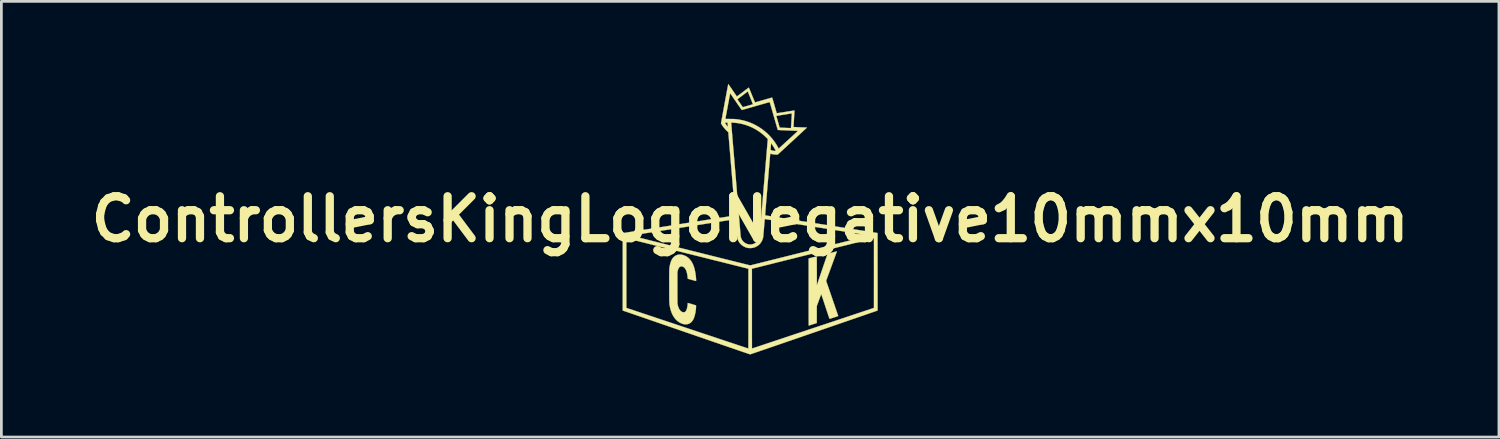
<source format=kicad_pcb>
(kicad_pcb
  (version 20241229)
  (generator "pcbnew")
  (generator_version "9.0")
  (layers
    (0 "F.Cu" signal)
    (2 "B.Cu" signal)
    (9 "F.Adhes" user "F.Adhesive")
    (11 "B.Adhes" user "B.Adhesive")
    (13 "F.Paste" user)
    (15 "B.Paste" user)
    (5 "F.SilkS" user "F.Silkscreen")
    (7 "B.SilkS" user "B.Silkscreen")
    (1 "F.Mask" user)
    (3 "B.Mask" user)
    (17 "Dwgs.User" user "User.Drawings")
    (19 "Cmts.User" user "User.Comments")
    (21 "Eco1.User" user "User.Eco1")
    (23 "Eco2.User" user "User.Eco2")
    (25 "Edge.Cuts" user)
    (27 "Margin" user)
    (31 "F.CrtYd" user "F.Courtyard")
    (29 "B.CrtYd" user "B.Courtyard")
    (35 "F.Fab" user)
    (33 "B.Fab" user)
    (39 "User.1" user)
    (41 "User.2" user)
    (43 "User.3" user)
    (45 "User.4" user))
  (footprint "ControllersKingLogoNegative10mmx10mm"
    (layer "F.Cu")
    (at 24.21 4.916)
    (property "Reference" "ControllersKingLogoNegative10mmx10mm" (at 0 0 0) (layer "F.SilkS") (effects (font (size 1.524 1.524) (thickness 0.3))))
    (attr through_hole)
    (fp_poly (pts (xy 3.148 1.17) (xy 3.15 1.173) (xy 3.148 1.177) (xy 3.144 1.189) (xy 3.137 1.208) (xy 3.128 1.234) (xy 3.117 1.265) (xy 3.103 1.303) (xy 3.088 1.345) (xy 3.07 1.392) (xy 3.052 1.443) (xy 3.032 1.498) (xy 3.01 1.557) (xy 2.988 1.618) (xy 2.964 1.681) (xy 2.955 1.708) (xy 2.76 2.238) (xy 2.98 2.876) (xy 3.004 2.947) (xy 3.028 3.016) (xy 3.051 3.082) (xy 3.073 3.145) (xy 3.093 3.205) (xy 3.112 3.26) (xy 3.13 3.312) (xy 3.146 3.359) (xy 3.16 3.4) (xy 3.173 3.436) (xy 3.183 3.466) (xy 3.191 3.49) (xy 3.197 3.506) (xy 3.2 3.516) (xy 3.2 3.518) (xy 3.197 3.519) (xy 3.186 3.523) (xy 3.169 3.529) (xy 3.147 3.537) (xy 3.121 3.545) (xy 3.093 3.555) (xy 3.063 3.564) (xy 3.032 3.574) (xy 3.002 3.584) (xy 2.973 3.593) (xy 2.946 3.602) (xy 2.923 3.609) (xy 2.905 3.614) (xy 2.892 3.618) (xy 2.886 3.619) (xy 2.886 3.619) (xy 2.884 3.616) (xy 2.879 3.604) (xy 2.872 3.584) (xy 2.862 3.556) (xy 2.849 3.52) (xy 2.834 3.476) (xy 2.817 3.424) (xy 2.797 3.364) (xy 2.774 3.296) (xy 2.749 3.22) (xy 2.733 3.169) (xy 2.713 3.11) (xy 2.694 3.053) (xy 2.676 2.998) (xy 2.659 2.948) (xy 2.644 2.901) (xy 2.629 2.858) (xy 2.617 2.821) (xy 2.605 2.788) (xy 2.596 2.762) (xy 2.589 2.742) (xy 2.584 2.729) (xy 2.582 2.724) (xy 2.582 2.723) (xy 2.58 2.728) (xy 2.575 2.74) (xy 2.568 2.759) (xy 2.559 2.783) (xy 2.549 2.812) (xy 2.536 2.845) (xy 2.523 2.882) (xy 2.508 2.922) (xy 2.5 2.943) (xy 2.421 3.157) (xy 2.421 3.771) (xy 2.395 3.78) (xy 2.337 3.799) (xy 2.285 3.815) (xy 2.241 3.829) (xy 2.204 3.841) (xy 2.173 3.851) (xy 2.151 3.858) (xy 2.136 3.863) (xy 2.129 3.865) (xy 2.128 3.865) (xy 2.128 3.861) (xy 2.127 3.849) (xy 2.127 3.828) (xy 2.127 3.801) (xy 2.127 3.766) (xy 2.127 3.725) (xy 2.126 3.677) (xy 2.126 3.623) (xy 2.126 3.563) (xy 2.126 3.497) (xy 2.126 3.427) (xy 2.126 3.352) (xy 2.126 3.272) (xy 2.125 3.188) (xy 2.125 3.1) (xy 2.125 3.009) (xy 2.125 2.915) (xy 2.125 2.818) (xy 2.125 2.719) (xy 2.125 2.646) (xy 2.125 1.427) (xy 2.147 1.421) (xy 2.16 1.417) (xy 2.179 1.412) (xy 2.202 1.406) (xy 2.228 1.4) (xy 2.257 1.393) (xy 2.286 1.385) (xy 2.315 1.378) (xy 2.342 1.371) (xy 2.367 1.365) (xy 2.388 1.361) (xy 2.404 1.357) (xy 2.413 1.355) (xy 2.415 1.355) (xy 2.416 1.355) (xy 2.417 1.358) (xy 2.418 1.362) (xy 2.418 1.369) (xy 2.419 1.379) (xy 2.419 1.392) (xy 2.42 1.409) (xy 2.42 1.43) (xy 2.421 1.455) (xy 2.421 1.486) (xy 2.421 1.523) (xy 2.422 1.565) (xy 2.422 1.613) (xy 2.422 1.668) (xy 2.422 1.731) (xy 2.422 1.801) (xy 2.423 1.877) (xy 2.424 2.399) (xy 2.618 1.829) (xy 2.641 1.762) (xy 2.663 1.697) (xy 2.684 1.635) (xy 2.704 1.576) (xy 2.723 1.521) (xy 2.741 1.469) (xy 2.757 1.422) (xy 2.772 1.38) (xy 2.784 1.343) (xy 2.795 1.313) (xy 2.804 1.288) (xy 2.81 1.27) (xy 2.814 1.259) (xy 2.815 1.256) (xy 2.82 1.254) (xy 2.832 1.251) (xy 2.85 1.246) (xy 2.874 1.239) (xy 2.902 1.232) (xy 2.934 1.223) (xy 2.969 1.214) (xy 2.976 1.213) (xy 3.012 1.203) (xy 3.045 1.195) (xy 3.075 1.187) (xy 3.1 1.181) (xy 3.121 1.176) (xy 3.135 1.172) (xy 3.142 1.17) (xy 3.142 1.17) (xy 3.148 1.17)) (stroke (width 0.01) (type solid)) (fill yes) (layer "F.SilkS"))
    (fp_poly (pts (xy -2.516 1.286) (xy -2.495 1.288) (xy -2.43 1.304) (xy -2.369 1.327) (xy -2.312 1.357) (xy -2.259 1.394) (xy -2.211 1.439) (xy -2.166 1.491) (xy -2.126 1.55) (xy -2.1 1.596) (xy -2.075 1.648) (xy -2.053 1.703) (xy -2.034 1.763) (xy -2.016 1.828) (xy -2 1.901) (xy -1.999 1.911) (xy -1.992 1.948) (xy -1.985 1.989) (xy -1.98 2.031) (xy -1.975 2.072) (xy -1.97 2.113) (xy -1.967 2.15) (xy -1.965 2.183) (xy -1.965 2.211) (xy -1.965 2.227) (xy -1.966 2.246) (xy -2.116 2.205) (xy -2.15 2.196) (xy -2.182 2.187) (xy -2.209 2.179) (xy -2.233 2.173) (xy -2.251 2.167) (xy -2.262 2.164) (xy -2.267 2.163) (xy -2.267 2.162) (xy -2.267 2.158) (xy -2.269 2.147) (xy -2.27 2.13) (xy -2.272 2.11) (xy -2.273 2.104) (xy -2.277 2.067) (xy -2.283 2.027) (xy -2.29 1.987) (xy -2.298 1.949) (xy -2.307 1.915) (xy -2.315 1.888) (xy -2.316 1.887) (xy -2.329 1.855) (xy -2.346 1.822) (xy -2.364 1.793) (xy -2.382 1.77) (xy -2.405 1.749) (xy -2.431 1.732) (xy -2.458 1.72) (xy -2.486 1.714) (xy -2.511 1.714) (xy -2.517 1.715) (xy -2.544 1.724) (xy -2.568 1.74) (xy -2.588 1.763) (xy -2.606 1.793) (xy -2.621 1.831) (xy -2.632 1.872) (xy -2.644 1.92) (xy -2.644 2.485) (xy -2.644 2.569) (xy -2.644 2.645) (xy -2.644 2.714) (xy -2.643 2.775) (xy -2.643 2.829) (xy -2.643 2.877) (xy -2.643 2.919) (xy -2.642 2.955) (xy -2.642 2.985) (xy -2.642 3.011) (xy -2.641 3.032) (xy -2.641 3.05) (xy -2.64 3.063) (xy -2.639 3.073) (xy -2.638 3.08) (xy -2.638 3.082) (xy -2.624 3.146) (xy -2.607 3.203) (xy -2.585 3.252) (xy -2.56 3.294) (xy -2.532 3.328) (xy -2.499 3.354) (xy -2.464 3.373) (xy -2.461 3.374) (xy -2.43 3.382) (xy -2.403 3.382) (xy -2.377 3.374) (xy -2.354 3.358) (xy -2.333 3.334) (xy -2.318 3.307) (xy -2.31 3.289) (xy -2.302 3.264) (xy -2.294 3.234) (xy -2.286 3.201) (xy -2.28 3.166) (xy -2.275 3.133) (xy -2.271 3.101) (xy -2.269 3.074) (xy -2.269 3.067) (xy -2.268 3.052) (xy -2.266 3.045) (xy -2.263 3.044) (xy -2.258 3.045) (xy -2.246 3.048) (xy -2.227 3.054) (xy -2.203 3.061) (xy -2.175 3.069) (xy -2.144 3.078) (xy -2.112 3.088) (xy -1.966 3.132) (xy -1.967 3.188) (xy -1.971 3.257) (xy -1.979 3.33) (xy -1.992 3.404) (xy -2.009 3.479) (xy -2.019 3.516) (xy -2.036 3.57) (xy -2.055 3.617) (xy -2.076 3.658) (xy -2.1 3.694) (xy -2.127 3.726) (xy -2.136 3.736) (xy -2.169 3.765) (xy -2.203 3.787) (xy -2.241 3.803) (xy -2.263 3.81) (xy -2.292 3.815) (xy -2.325 3.818) (xy -2.36 3.818) (xy -2.394 3.816) (xy -2.423 3.811) (xy -2.428 3.81) (xy -2.494 3.788) (xy -2.556 3.759) (xy -2.614 3.722) (xy -2.668 3.678) (xy -2.717 3.627) (xy -2.757 3.576) (xy -2.796 3.517) (xy -2.829 3.455) (xy -2.858 3.389) (xy -2.882 3.318) (xy -2.903 3.241) (xy -2.912 3.197) (xy -2.916 3.179) (xy -2.919 3.162) (xy -2.922 3.147) (xy -2.925 3.132) (xy -2.927 3.118) (xy -2.93 3.104) (xy -2.931 3.088) (xy -2.933 3.072) (xy -2.934 3.054) (xy -2.936 3.034) (xy -2.937 3.011) (xy -2.938 2.985) (xy -2.938 2.956) (xy -2.939 2.922) (xy -2.939 2.884) (xy -2.94 2.841) (xy -2.94 2.792) (xy -2.94 2.737) (xy -2.94 2.676) (xy -2.941 2.608) (xy -2.941 2.532) (xy -2.941 2.448) (xy -2.941 2.445) (xy -2.941 2.359) (xy -2.941 2.28) (xy -2.942 2.209) (xy -2.942 2.145) (xy -2.942 2.088) (xy -2.941 2.037) (xy -2.941 1.991) (xy -2.941 1.951) (xy -2.94 1.915) (xy -2.94 1.884) (xy -2.939 1.856) (xy -2.938 1.832) (xy -2.937 1.811) (xy -2.936 1.792) (xy -2.934 1.775) (xy -2.932 1.759) (xy -2.93 1.744) (xy -2.928 1.73) (xy -2.926 1.716) (xy -2.923 1.702) (xy -2.92 1.686) (xy -2.919 1.684) (xy -2.904 1.619) (xy -2.887 1.561) (xy -2.868 1.51) (xy -2.846 1.465) (xy -2.821 1.426) (xy -2.792 1.39) (xy -2.758 1.359) (xy -2.738 1.342) (xy -2.7 1.319) (xy -2.657 1.301) (xy -2.611 1.289) (xy -2.564 1.284) (xy -2.516 1.286)) (stroke (width 0.01) (type solid)) (fill yes) (layer "F.SilkS"))
    (fp_poly (pts (xy -0.793 -4.907) (xy -0.785 -4.897) (xy -0.774 -4.882) (xy -0.76 -4.861) (xy -0.742 -4.835) (xy -0.721 -4.806) (xy -0.699 -4.773) (xy -0.674 -4.737) (xy -0.648 -4.699) (xy -0.641 -4.689) (xy -0.615 -4.651) (xy -0.59 -4.614) (xy -0.566 -4.58) (xy -0.545 -4.549) (xy -0.526 -4.522) (xy -0.51 -4.499) (xy -0.498 -4.481) (xy -0.49 -4.469) (xy -0.486 -4.464) (xy -0.485 -4.463) (xy -0.483 -4.463) (xy -0.477 -4.466) (xy -0.467 -4.472) (xy -0.453 -4.482) (xy -0.435 -4.495) (xy -0.412 -4.512) (xy -0.383 -4.533) (xy -0.349 -4.558) (xy -0.309 -4.588) (xy -0.267 -4.621) (xy -0.229 -4.649) (xy -0.194 -4.676) (xy -0.161 -4.701) (xy -0.131 -4.723) (xy -0.105 -4.742) (xy -0.083 -4.758) (xy -0.066 -4.771) (xy -0.055 -4.779) (xy -0.049 -4.782) (xy -0.049 -4.782) (xy -0.047 -4.778) (xy -0.042 -4.767) (xy -0.034 -4.749) (xy -0.024 -4.725) (xy -0.012 -4.696) (xy 0.002 -4.663) (xy 0.018 -4.625) (xy 0.035 -4.584) (xy 0.053 -4.54) (xy 0.064 -4.512) (xy 0.089 -4.452) (xy 0.11 -4.4) (xy 0.129 -4.355) (xy 0.144 -4.318) (xy 0.157 -4.289) (xy 0.167 -4.267) (xy 0.174 -4.253) (xy 0.178 -4.246) (xy 0.179 -4.245) (xy 0.184 -4.246) (xy 0.196 -4.25) (xy 0.215 -4.255) (xy 0.241 -4.262) (xy 0.272 -4.271) (xy 0.308 -4.281) (xy 0.348 -4.293) (xy 0.391 -4.305) (xy 0.438 -4.319) (xy 0.487 -4.333) (xy 0.488 -4.333) (xy 0.537 -4.347) (xy 0.584 -4.36) (xy 0.627 -4.373) (xy 0.668 -4.384) (xy 0.704 -4.394) (xy 0.735 -4.403) (xy 0.76 -4.41) (xy 0.779 -4.415) (xy 0.792 -4.418) (xy 0.797 -4.42) (xy 0.797 -4.42) (xy 0.799 -4.416) (xy 0.804 -4.405) (xy 0.81 -4.386) (xy 0.818 -4.36) (xy 0.828 -4.326) (xy 0.841 -4.284) (xy 0.855 -4.234) (xy 0.872 -4.177) (xy 0.883 -4.138) (xy 0.896 -4.091) (xy 0.909 -4.046) (xy 0.921 -4.004) (xy 0.932 -3.966) (xy 0.942 -3.932) (xy 0.95 -3.904) (xy 0.957 -3.881) (xy 0.962 -3.864) (xy 0.965 -3.854) (xy 0.965 -3.852) (xy 0.97 -3.852) (xy 0.982 -3.854) (xy 1.001 -3.856) (xy 1.027 -3.86) (xy 1.058 -3.864) (xy 1.094 -3.87) (xy 1.135 -3.876) (xy 1.18 -3.883) (xy 1.228 -3.891) (xy 1.278 -3.899) (xy 1.281 -3.899) (xy 1.331 -3.907) (xy 1.38 -3.915) (xy 1.425 -3.922) (xy 1.467 -3.929) (xy 1.504 -3.935) (xy 1.537 -3.94) (xy 1.563 -3.944) (xy 1.584 -3.947) (xy 1.597 -3.949) (xy 1.603 -3.95) (xy 1.603 -3.95) (xy 1.608 -3.949) (xy 1.611 -3.946) (xy 1.611 -3.937) (xy 1.61 -3.927) (xy 1.61 -3.918) (xy 1.608 -3.901) (xy 1.607 -3.878) (xy 1.605 -3.849) (xy 1.603 -3.816) (xy 1.601 -3.78) (xy 1.598 -3.741) (xy 1.596 -3.699) (xy 1.593 -3.657) (xy 1.591 -3.614) (xy 1.588 -3.571) (xy 1.586 -3.531) (xy 1.583 -3.492) (xy 1.581 -3.456) (xy 1.58 -3.424) (xy 1.578 -3.397) (xy 1.577 -3.375) (xy 1.576 -3.36) (xy 1.576 -3.352) (xy 1.576 -3.351) (xy 1.58 -3.35) (xy 1.592 -3.35) (xy 1.61 -3.349) (xy 1.635 -3.348) (xy 1.663 -3.346) (xy 1.696 -3.345) (xy 1.732 -3.344) (xy 1.769 -3.342) (xy 1.808 -3.34) (xy 1.846 -3.339) (xy 1.884 -3.337) (xy 1.92 -3.336) (xy 1.953 -3.335) (xy 1.983 -3.334) (xy 2.008 -3.333) (xy 2.028 -3.332) (xy 2.041 -3.332) (xy 2.046 -3.332) (xy 2.056 -3.331) (xy 2.061 -3.329) (xy 2.061 -3.328) (xy 2.058 -3.325) (xy 2.049 -3.317) (xy 2.034 -3.303) (xy 2.015 -3.285) (xy 1.991 -3.262) (xy 1.962 -3.236) (xy 1.93 -3.206) (xy 1.894 -3.173) (xy 1.855 -3.137) (xy 1.814 -3.098) (xy 1.77 -3.058) (xy 1.724 -3.015) (xy 1.676 -2.971) (xy 1.628 -2.926) (xy 1.578 -2.881) (xy 1.529 -2.835) (xy 1.479 -2.789) (xy 1.43 -2.744) (xy 1.381 -2.699) (xy 1.334 -2.655) (xy 1.288 -2.613) (xy 1.245 -2.573) (xy 1.203 -2.535) (xy 1.165 -2.499) (xy 1.129 -2.467) (xy 1.098 -2.437) (xy 1.07 -2.412) (xy 1.046 -2.39) (xy 1.027 -2.373) (xy 1.013 -2.36) (xy 1.005 -2.352) (xy 1.003 -2.35) (xy 0.995 -2.348) (xy 0.98 -2.347) (xy 0.96 -2.348) (xy 0.936 -2.349) (xy 0.908 -2.351) (xy 0.879 -2.354) (xy 0.849 -2.358) (xy 0.82 -2.362) (xy 0.794 -2.367) (xy 0.771 -2.371) (xy 0.753 -2.376) (xy 0.749 -2.377) (xy 0.738 -2.381) (xy 0.731 -2.382) (xy 0.73 -2.382) (xy 0.729 -2.378) (xy 0.728 -2.365) (xy 0.726 -2.345) (xy 0.724 -2.318) (xy 0.721 -2.285) (xy 0.717 -2.244) (xy 0.713 -2.198) (xy 0.709 -2.147) (xy 0.704 -2.09) (xy 0.699 -2.029) (xy 0.693 -1.964) (xy 0.688 -1.895) (xy 0.681 -1.822) (xy 0.675 -1.747) (xy 0.669 -1.669) (xy 0.662 -1.589) (xy 0.655 -1.507) (xy 0.648 -1.424) (xy 0.641 -1.34) (xy 0.634 -1.256) (xy 0.627 -1.172) (xy 0.62 -1.089) (xy 0.613 -1.006) (xy 0.606 -0.924) (xy 0.6 -0.845) (xy 0.593 -0.767) (xy 0.587 -0.692) (xy 0.581 -0.62) (xy 0.575 -0.552) (xy 0.57 -0.487) (xy 0.565 -0.427) (xy 0.561 -0.371) (xy 0.557 -0.321) (xy 0.553 -0.276) (xy 0.55 -0.237) (xy 0.547 -0.204) (xy 0.545 -0.178) (xy 0.544 -0.16) (xy 0.543 -0.149) (xy 0.543 -0.146) (xy 0.543 -0.145) (xy 0.545 -0.145) (xy 0.547 -0.144) (xy 0.551 -0.143) (xy 0.556 -0.141) (xy 0.563 -0.14) (xy 0.572 -0.138) (xy 0.583 -0.136) (xy 0.596 -0.133) (xy 0.612 -0.13) (xy 0.631 -0.127) (xy 0.653 -0.123) (xy 0.678 -0.119) (xy 0.707 -0.114) (xy 0.739 -0.109) (xy 0.775 -0.103) (xy 0.815 -0.097) (xy 0.86 -0.09) (xy 0.909 -0.082) (xy 0.963 -0.073) (xy 1.022 -0.064) (xy 1.086 -0.054) (xy 1.156 -0.043) (xy 1.231 -0.031) (xy 1.312 -0.018) (xy 1.399 -0.004) (xy 1.492 0.01) (xy 1.592 0.026) (xy 1.699 0.043) (xy 1.812 0.061) (xy 1.933 0.08) (xy 2.061 0.1) (xy 2.197 0.121) (xy 2.34 0.143) (xy 2.492 0.167) (xy 2.587 0.182) (xy 4.629 0.502) (xy 4.63 1.91) (xy 4.631 3.318) (xy 4.622 3.321) (xy 4.617 3.323) (xy 4.605 3.327) (xy 4.585 3.334) (xy 4.558 3.343) (xy 4.524 3.355) (xy 4.482 3.369) (xy 4.435 3.386) (xy 4.38 3.404) (xy 4.32 3.425) (xy 4.253 3.448) (xy 4.181 3.473) (xy 4.103 3.5) (xy 4.02 3.528) (xy 3.932 3.559) (xy 3.839 3.591) (xy 3.741 3.624) (xy 3.639 3.659) (xy 3.533 3.696) (xy 3.423 3.734) (xy 3.309 3.773) (xy 3.192 3.814) (xy 3.071 3.855) (xy 2.947 3.898) (xy 2.82 3.942) (xy 2.691 3.986) (xy 2.56 4.031) (xy 2.426 4.078) (xy 2.31 4.117) (xy 2.175 4.164) (xy 2.041 4.21) (xy 1.91 4.255) (xy 1.781 4.3) (xy 1.655 4.343) (xy 1.531 4.386) (xy 1.411 4.427) (xy 1.294 4.467) (xy 1.181 4.506) (xy 1.071 4.544) (xy 0.966 4.58) (xy 0.864 4.615) (xy 0.767 4.648) (xy 0.675 4.68) (xy 0.588 4.71) (xy 0.505 4.738) (xy 0.428 4.764) (xy 0.357 4.789) (xy 0.291 4.811) (xy 0.232 4.832) (xy 0.178 4.85) (xy 0.132 4.866) (xy 0.091 4.879) (xy 0.058 4.891) (xy 0.032 4.9) (xy 0.013 4.906) (xy 0.002 4.909) (xy -0.001 4.91) (xy -0.006 4.909) (xy -0.018 4.905) (xy -0.038 4.898) (xy -0.065 4.889) (xy -0.099 4.877) (xy -0.14 4.863) (xy -0.188 4.847) (xy -0.242 4.829) (xy -0.302 4.808) (xy -0.368 4.786) (xy -0.44 4.761) (xy -0.517 4.734) (xy -0.599 4.706) (xy -0.687 4.676) (xy -0.779 4.645) (xy -0.875 4.611) (xy -0.976 4.577) (xy -1.081 4.541) (xy -1.19 4.503) (xy -1.302 4.465) (xy -1.418 4.425) (xy -1.536 4.384) (xy -1.658 4.342) (xy -1.782 4.299) (xy -1.908 4.256) (xy -2.037 4.211) (xy -2.14 4.176) (xy -2.272 4.131) (xy -2.402 4.086) (xy -2.531 4.041) (xy -2.658 3.997) (xy -2.782 3.955) (xy -2.905 3.912) (xy -3.024 3.871) (xy -3.141 3.831) (xy -3.254 3.792) (xy -3.364 3.754) (xy -3.471 3.717) (xy -3.573 3.682) (xy -3.671 3.648) (xy -3.765 3.616) (xy -3.853 3.585) (xy -3.937 3.556) (xy -4.016 3.529) (xy -4.089 3.504) (xy -4.156 3.481) (xy -4.217 3.46) (xy -4.272 3.441) (xy -4.32 3.424) (xy -4.362 3.41) (xy -4.396 3.398) (xy -4.423 3.389) (xy -4.443 3.382) (xy -4.45 3.38) (xy -4.631 3.318) (xy -4.63 1.224) (xy -4.499 1.224) (xy -4.499 1.299) (xy -4.499 1.381) (xy -4.499 1.469) (xy -4.499 1.565) (xy -4.499 1.668) (xy -4.499 1.779) (xy -4.499 1.897) (xy -4.499 1.956) (xy -4.498 3.223) (xy -2.286 3.961) (xy -2.153 4.005) (xy -2.022 4.049) (xy -1.893 4.092) (xy -1.767 4.134) (xy -1.643 4.175) (xy -1.523 4.215) (xy -1.405 4.254) (xy -1.291 4.292) (xy -1.181 4.329) (xy -1.074 4.365) (xy -0.971 4.399) (xy -0.873 4.432) (xy -0.779 4.463) (xy -0.69 4.492) (xy -0.606 4.52) (xy -0.527 4.547) (xy -0.454 4.571) (xy -0.386 4.594) (xy -0.324 4.614) (xy -0.268 4.633) (xy -0.219 4.649) (xy -0.176 4.663) (xy -0.14 4.675) (xy -0.111 4.685) (xy -0.09 4.692) (xy -0.076 4.697) (xy -0.069 4.699) (xy -0.069 4.699) (xy -0.068 4.697) (xy -0.068 4.693) (xy -0.067 4.685) (xy -0.067 4.673) (xy -0.067 4.658) (xy -0.066 4.639) (xy -0.066 4.616) (xy -0.066 4.588) (xy -0.065 4.555) (xy -0.065 4.518) (xy -0.065 4.475) (xy -0.065 4.427) (xy -0.064 4.374) (xy -0.064 4.315) (xy -0.064 4.249) (xy -0.064 4.178) (xy -0.064 4.1) (xy -0.064 4.015) (xy -0.064 3.923) (xy -0.064 3.824) (xy -0.064 3.718) (xy -0.064 3.604) (xy -0.064 3.482) (xy -0.064 3.353) (xy -0.064 3.249) (xy -0.064 1.799) (xy 0.064 1.799) (xy 0.064 3.249) (xy 0.064 3.36) (xy 0.064 3.468) (xy 0.064 3.573) (xy 0.064 3.676) (xy 0.064 3.776) (xy 0.064 3.872) (xy 0.064 3.964) (xy 0.064 4.053) (xy 0.064 4.137) (xy 0.064 4.217) (xy 0.064 4.291) (xy 0.065 4.361) (xy 0.065 4.424) (xy 0.065 4.482) (xy 0.065 4.534) (xy 0.065 4.579) (xy 0.066 4.618) (xy 0.066 4.649) (xy 0.066 4.673) (xy 0.066 4.69) (xy 0.067 4.698) (xy 0.067 4.699) (xy 0.071 4.698) (xy 0.083 4.694) (xy 0.102 4.687) (xy 0.129 4.678) (xy 0.163 4.667) (xy 0.204 4.654) (xy 0.252 4.638) (xy 0.306 4.62) (xy 0.366 4.6) (xy 0.432 4.578) (xy 0.504 4.554) (xy 0.581 4.528) (xy 0.664 4.501) (xy 0.752 4.471) (xy 0.844 4.441) (xy 0.941 4.408) (xy 1.043 4.375) (xy 1.148 4.339) (xy 1.258 4.303) (xy 1.371 4.265) (xy 1.488 4.226) (xy 1.607 4.186) (xy 1.73 4.145) (xy 1.856 4.104) (xy 1.984 4.061) (xy 2.114 4.017) (xy 2.247 3.973) (xy 2.284 3.961) (xy 4.498 3.223) (xy 4.499 1.956) (xy 4.499 1.833) (xy 4.499 1.719) (xy 4.499 1.612) (xy 4.499 1.513) (xy 4.499 1.421) (xy 4.499 1.337) (xy 4.499 1.259) (xy 4.499 1.187) (xy 4.499 1.122) (xy 4.499 1.063) (xy 4.499 1.009) (xy 4.499 0.961) (xy 4.499 0.918) (xy 4.499 0.88) (xy 4.499 0.846) (xy 4.498 0.816) (xy 4.498 0.791) (xy 4.498 0.769) (xy 4.498 0.75) (xy 4.497 0.735) (xy 4.497 0.723) (xy 4.496 0.713) (xy 4.496 0.705) (xy 4.495 0.7) (xy 4.495 0.696) (xy 4.494 0.693) (xy 4.494 0.692) (xy 4.493 0.692) (xy 4.493 0.692) (xy 4.488 0.693) (xy 4.476 0.696) (xy 4.455 0.701) (xy 4.428 0.708) (xy 4.393 0.717) (xy 4.351 0.727) (xy 4.302 0.74) (xy 4.247 0.753) (xy 4.185 0.769) (xy 4.117 0.786) (xy 4.044 0.804) (xy 3.965 0.824) (xy 3.88 0.845) (xy 3.791 0.867) (xy 3.696 0.891) (xy 3.597 0.916) (xy 3.494 0.942) (xy 3.386 0.969) (xy 3.274 0.996) (xy 3.159 1.025) (xy 3.041 1.055) (xy 2.919 1.085) (xy 2.794 1.117) (xy 2.667 1.148) (xy 2.537 1.181) (xy 2.404 1.214) (xy 2.29 1.243) (xy 2.156 1.276) (xy 2.024 1.309) (xy 1.894 1.341) (xy 1.767 1.373) (xy 1.643 1.404) (xy 1.521 1.435) (xy 1.403 1.464) (xy 1.288 1.493) (xy 1.177 1.521) (xy 1.069 1.548) (xy 0.966 1.573) (xy 0.867 1.598) (xy 0.773 1.622) (xy 0.684 1.644) (xy 0.6 1.665) (xy 0.522 1.685) (xy 0.448 1.703) (xy 0.381 1.72) (xy 0.32 1.735) (xy 0.265 1.749) (xy 0.217 1.761) (xy 0.176 1.771) (xy 0.141 1.78) (xy 0.114 1.787) (xy 0.095 1.791) (xy 0.083 1.794) (xy 0.079 1.795) (xy 0.064 1.799) (xy -0.064 1.799) (xy -0.079 1.795) (xy -0.084 1.794) (xy -0.097 1.791) (xy -0.118 1.786) (xy -0.146 1.778) (xy -0.182 1.77) (xy -0.224 1.759) (xy -0.274 1.747) (xy -0.33 1.733) (xy -0.392 1.717) (xy -0.46 1.7) (xy -0.534 1.682) (xy -0.613 1.662) (xy -0.698 1.64) (xy -0.788 1.618) (xy -0.883 1.594) (xy -0.982 1.569) (xy -1.086 1.543) (xy -1.194 1.516) (xy -1.306 1.489) (xy -1.422 1.46) (xy -1.54 1.43) (xy -1.662 1.399) (xy -1.787 1.368) (xy -1.915 1.336) (xy -2.045 1.304) (xy -2.178 1.271) (xy -2.29 1.243) (xy -2.424 1.209) (xy -2.556 1.176) (xy -2.686 1.144) (xy -2.813 1.112) (xy -2.937 1.081) (xy -3.059 1.05) (xy -3.177 1.021) (xy -3.291 0.992) (xy -3.402 0.965) (xy -3.509 0.938) (xy -3.612 0.912) (xy -3.711 0.887) (xy -3.804 0.864) (xy -3.893 0.842) (xy -3.977 0.821) (xy -4.055 0.801) (xy -4.128 0.783) (xy -4.194 0.766) (xy -4.255 0.751) (xy -4.31 0.738) (xy -4.357 0.726) (xy -4.398 0.715) (xy -4.432 0.707) (xy -4.459 0.7) (xy -4.478 0.695) (xy -4.489 0.693) (xy -4.493 0.692) (xy -4.493 0.692) (xy -4.494 0.693) (xy -4.495 0.694) (xy -4.495 0.698) (xy -4.496 0.702) (xy -4.496 0.709) (xy -4.497 0.718) (xy -4.497 0.729) (xy -4.497 0.743) (xy -4.498 0.76) (xy -4.498 0.78) (xy -4.498 0.804) (xy -4.499 0.831) (xy -4.499 0.863) (xy -4.499 0.899) (xy -4.499 0.94) (xy -4.499 0.986) (xy -4.499 1.037) (xy -4.499 1.093) (xy -4.499 1.156) (xy -4.499 1.224) (xy -4.63 1.224) (xy -4.629 0.592) (xy -4.326 0.592) (xy -4.326 0.592) (xy -4.321 0.594) (xy -4.313 0.596) (xy -4.3 0.6) (xy -4.284 0.605) (xy -4.263 0.61) (xy -4.237 0.617) (xy -4.207 0.625) (xy -4.172 0.634) (xy -4.131 0.644) (xy -4.086 0.656) (xy -4.035 0.669) (xy -3.979 0.683) (xy -3.917 0.699) (xy -3.849 0.716) (xy -3.775 0.735) (xy -3.696 0.755) (xy -3.609 0.777) (xy -3.517 0.8) (xy -3.418 0.825) (xy -3.312 0.851) (xy -3.199 0.88) (xy -3.079 0.91) (xy -2.951 0.942) (xy -2.817 0.976) (xy -2.674 1.011) (xy -2.525 1.049) (xy -2.367 1.088) (xy -2.201 1.13) (xy -2.172 1.137) (xy -2.039 1.17) (xy -1.907 1.203) (xy -1.779 1.235) (xy -1.652 1.267) (xy -1.529 1.298) (xy -1.408 1.328) (xy -1.291 1.357) (xy -1.177 1.385) (xy -1.067 1.413) (xy -0.961 1.439) (xy -0.859 1.465) (xy -0.762 1.489) (xy -0.669 1.512) (xy -0.581 1.534) (xy -0.498 1.555) (xy -0.421 1.574) (xy -0.349 1.591) (xy -0.284 1.608) (xy -0.224 1.623) (xy -0.171 1.636) (xy -0.124 1.647) (xy -0.084 1.657) (xy -0.051 1.665) (xy -0.026 1.671) (xy -0.008 1.675) (xy 0.002 1.678) (xy 0.004 1.678) (xy 0.009 1.677) (xy 0.021 1.674) (xy 0.041 1.669) (xy 0.069 1.662) (xy 0.104 1.653) (xy 0.146 1.643) (xy 0.194 1.631) (xy 0.25 1.617) (xy 0.311 1.602) (xy 0.379 1.585) (xy 0.452 1.566) (xy 0.531 1.547) (xy 0.615 1.526) (xy 0.705 1.503) (xy 0.799 1.48) (xy 0.898 1.455) (xy 1.001 1.429) (xy 1.108 1.402) (xy 1.219 1.375) (xy 1.334 1.346) (xy 1.452 1.317) (xy 1.574 1.286) (xy 1.698 1.255) (xy 1.825 1.223) (xy 1.954 1.191) (xy 2.086 1.158) (xy 2.172 1.137) (xy 2.305 1.104) (xy 2.435 1.071) (xy 2.564 1.039) (xy 2.69 1.007) (xy 2.813 0.976) (xy 2.934 0.946) (xy 3.051 0.917) (xy 3.164 0.889) (xy 3.274 0.861) (xy 3.38 0.835) (xy 3.482 0.809) (xy 3.579 0.785) (xy 3.672 0.762) (xy 3.759 0.74) (xy 3.842 0.719) (xy 3.919 0.7) (xy 3.99 0.682) (xy 4.055 0.665) (xy 4.115 0.651) (xy 4.168 0.637) (xy 4.214 0.626) (xy 4.254 0.616) (xy 4.286 0.607) (xy 4.311 0.601) (xy 4.329 0.597) (xy 4.338 0.594) (xy 4.34 0.594) (xy 4.337 0.593) (xy 4.325 0.591) (xy 4.305 0.587) (xy 4.278 0.583) (xy 4.243 0.577) (xy 4.201 0.57) (xy 4.152 0.562) (xy 4.096 0.553) (xy 4.034 0.543) (xy 3.965 0.532) (xy 3.89 0.52) (xy 3.81 0.508) (xy 3.723 0.494) (xy 3.632 0.479) (xy 3.535 0.464) (xy 3.433 0.448) (xy 3.326 0.431) (xy 3.215 0.414) (xy 3.1 0.395) (xy 2.981 0.377) (xy 2.857 0.357) (xy 2.731 0.337) (xy 2.6 0.317) (xy 2.467 0.296) (xy 2.439 0.292) (xy 2.314 0.272) (xy 2.19 0.253) (xy 2.068 0.234) (xy 1.95 0.215) (xy 1.834 0.197) (xy 1.721 0.179) (xy 1.612 0.162) (xy 1.506 0.146) (xy 1.405 0.13) (xy 1.307 0.115) (xy 1.214 0.1) (xy 1.126 0.086) (xy 1.043 0.073) (xy 0.965 0.061) (xy 0.893 0.05) (xy 0.826 0.039) (xy 0.766 0.03) (xy 0.711 0.021) (xy 0.664 0.014) (xy 0.623 0.008) (xy 0.589 0.002) (xy 0.563 -0.002) (xy 0.544 -0.005) (xy 0.533 -0.006) (xy 0.53 -0.007) (xy 0.53 -0.002) (xy 0.529 0.01) (xy 0.527 0.029) (xy 0.525 0.054) (xy 0.522 0.086) (xy 0.519 0.122) (xy 0.515 0.163) (xy 0.512 0.207) (xy 0.508 0.255) (xy 0.504 0.299) (xy 0.5 0.35) (xy 0.496 0.399) (xy 0.492 0.446) (xy 0.488 0.489) (xy 0.484 0.529) (xy 0.481 0.563) (xy 0.479 0.592) (xy 0.476 0.615) (xy 0.475 0.631) (xy 0.474 0.637) (xy 0.468 0.676) (xy 0.458 0.712) (xy 0.444 0.749) (xy 0.428 0.785) (xy 0.396 0.84) (xy 0.36 0.889) (xy 0.318 0.931) (xy 0.269 0.968) (xy 0.214 1) (xy 0.213 1.001) (xy 0.16 1.023) (xy 0.106 1.039) (xy 0.049 1.047) (xy -0.012 1.049) (xy -0.023 1.049) (xy -0.071 1.045) (xy -0.114 1.037) (xy -0.156 1.024) (xy -0.199 1.006) (xy -0.214 0.999) (xy -0.269 0.967) (xy -0.319 0.93) (xy -0.362 0.886) (xy -0.4 0.836) (xy -0.431 0.781) (xy -0.449 0.741) (xy -0.453 0.73) (xy -0.457 0.719) (xy -0.46 0.708) (xy -0.463 0.695) (xy -0.466 0.68) (xy -0.469 0.662) (xy -0.472 0.642) (xy -0.475 0.617) (xy -0.478 0.588) (xy -0.481 0.555) (xy -0.485 0.515) (xy -0.489 0.469) (xy -0.494 0.417) (xy -0.499 0.356) (xy -0.501 0.324) (xy -0.506 0.272) (xy -0.51 0.223) (xy -0.514 0.177) (xy -0.518 0.135) (xy -0.521 0.097) (xy -0.524 0.064) (xy -0.527 0.037) (xy -0.529 0.017) (xy -0.53 0.003) (xy -0.531 -0.003) (xy -0.531 -0.003) (xy -0.535 -0.003) (xy -0.547 -0.001) (xy -0.567 0.002) (xy -0.595 0.006) (xy -0.629 0.012) (xy -0.67 0.018) (xy -0.718 0.026) (xy -0.772 0.034) (xy -0.832 0.043) (xy -0.897 0.053) (xy -0.967 0.064) (xy -1.042 0.076) (xy -1.122 0.088) (xy -1.205 0.101) (xy -1.293 0.115) (xy -1.384 0.129) (xy -1.479 0.144) (xy -1.576 0.159) (xy -1.676 0.175) (xy -1.779 0.191) (xy -1.883 0.207) (xy -1.989 0.224) (xy -2.096 0.241) (xy -2.204 0.258) (xy -2.313 0.275) (xy -2.422 0.292) (xy -2.531 0.309) (xy -2.64 0.326) (xy -2.749 0.343) (xy -2.856 0.36) (xy -2.962 0.377) (xy -3.067 0.393) (xy -3.17 0.409) (xy -3.27 0.425) (xy -3.368 0.44) (xy -3.464 0.455) (xy -3.556 0.47) (xy -3.644 0.484) (xy -3.729 0.497) (xy -3.81 0.51) (xy -3.886 0.522) (xy -3.957 0.533) (xy -4.023 0.544) (xy -4.084 0.553) (xy -4.139 0.562) (xy -4.189 0.57) (xy -4.231 0.576) (xy -4.267 0.582) (xy -4.296 0.587) (xy -4.318 0.59) (xy -4.326 0.592) (xy -4.629 0.592) (xy -4.629 0.506) (xy -2.587 0.185) (xy -2.456 0.164) (xy -2.328 0.144) (xy -2.202 0.124) (xy -2.079 0.105) (xy -1.959 0.086) (xy -1.842 0.068) (xy -1.728 0.05) (xy -1.617 0.032) (xy -1.511 0.016) (xy -1.409 -0.001) (xy -1.311 -0.016) (xy -1.218 -0.031) (xy -1.13 -0.045) (xy -1.047 -0.058) (xy -0.969 -0.07) (xy -0.897 -0.081) (xy -0.831 -0.092) (xy -0.771 -0.101) (xy -0.717 -0.11) (xy -0.67 -0.117) (xy -0.63 -0.123) (xy -0.598 -0.129) (xy -0.572 -0.133) (xy -0.555 -0.136) (xy -0.545 -0.137) (xy -0.543 -0.137) (xy -0.543 -0.142) (xy -0.544 -0.154) (xy -0.546 -0.174) (xy -0.548 -0.202) (xy -0.551 -0.237) (xy -0.554 -0.279) (xy -0.558 -0.328) (xy -0.563 -0.383) (xy -0.568 -0.444) (xy -0.573 -0.51) (xy -0.579 -0.582) (xy -0.585 -0.66) (xy -0.592 -0.742) (xy -0.599 -0.829) (xy -0.607 -0.92) (xy -0.615 -1.015) (xy -0.623 -1.113) (xy -0.631 -1.215) (xy -0.64 -1.32) (xy -0.649 -1.428) (xy -0.658 -1.538) (xy -0.667 -1.649) (xy -0.793 -3.16) (xy -0.819 -3.183) (xy -0.848 -3.211) (xy -0.879 -3.242) (xy -0.91 -3.276) (xy -0.941 -3.311) (xy -0.97 -3.347) (xy -0.996 -3.381) (xy -1.019 -3.414) (xy -1.037 -3.443) (xy -1.051 -3.468) (xy -1.052 -3.47) (xy -1.06 -3.488) (xy -1.057 -3.503) (xy -0.915 -3.503) (xy -0.894 -3.468) (xy -0.887 -3.455) (xy -0.876 -3.44) (xy -0.864 -3.423) (xy -0.852 -3.405) (xy -0.839 -3.388) (xy -0.828 -3.373) (xy -0.819 -3.362) (xy -0.813 -3.355) (xy -0.811 -3.354) (xy -0.811 -3.358) (xy -0.811 -3.37) (xy -0.813 -3.387) (xy -0.814 -3.409) (xy -0.816 -3.433) (xy -0.816 -3.433) (xy -0.822 -3.504) (xy -0.69 -3.504) (xy -0.69 -3.5) (xy -0.689 -3.487) (xy -0.687 -3.466) (xy -0.685 -3.437) (xy -0.682 -3.401) (xy -0.678 -3.359) (xy -0.674 -3.309) (xy -0.669 -3.253) (xy -0.664 -3.191) (xy -0.659 -3.123) (xy -0.652 -3.049) (xy -0.646 -2.97) (xy -0.639 -2.886) (xy -0.632 -2.798) (xy -0.624 -2.705) (xy -0.616 -2.607) (xy -0.607 -2.506) (xy -0.598 -2.401) (xy -0.589 -2.293) (xy -0.58 -2.182) (xy -0.571 -2.068) (xy -0.561 -1.951) (xy -0.551 -1.833) (xy -0.548 -1.799) (xy -0.534 -1.629) (xy -0.52 -1.467) (xy -0.508 -1.314) (xy -0.495 -1.168) (xy -0.484 -1.029) (xy -0.473 -0.898) (xy -0.462 -0.774) (xy -0.453 -0.658) (xy -0.444 -0.548) (xy -0.435 -0.444) (xy -0.427 -0.347) (xy -0.419 -0.256) (xy -0.412 -0.172) (xy -0.405 -0.092) (xy -0.399 -0.019) (xy -0.393 0.049) (xy -0.388 0.113) (xy -0.383 0.171) (xy -0.379 0.224) (xy -0.375 0.273) (xy -0.371 0.318) (xy -0.368 0.358) (xy -0.364 0.395) (xy -0.362 0.428) (xy -0.359 0.457) (xy -0.357 0.483) (xy -0.355 0.506) (xy -0.353 0.527) (xy -0.352 0.544) (xy -0.35 0.559) (xy -0.349 0.572) (xy -0.348 0.583) (xy -0.348 0.592) (xy -0.347 0.599) (xy -0.346 0.605) (xy -0.346 0.61) (xy -0.345 0.614) (xy -0.345 0.617) (xy -0.345 0.619) (xy -0.345 0.62) (xy -0.341 0.639) (xy -0.335 0.663) (xy -0.327 0.687) (xy -0.319 0.71) (xy -0.312 0.726) (xy -0.285 0.771) (xy -0.251 0.812) (xy -0.211 0.847) (xy -0.166 0.876) (xy -0.118 0.898) (xy -0.07 0.912) (xy -0.045 0.916) (xy -0.014 0.918) (xy 0.017 0.918) (xy 0.047 0.915) (xy 0.068 0.912) (xy 0.115 0.899) (xy 0.157 0.881) (xy 0.196 0.856) (xy 0.234 0.825) (xy 0.246 0.813) (xy 0.265 0.793) (xy 0.279 0.776) (xy 0.291 0.76) (xy 0.301 0.743) (xy 0.306 0.734) (xy 0.309 0.729) (xy 0.311 0.724) (xy 0.314 0.72) (xy 0.316 0.716) (xy 0.318 0.712) (xy 0.32 0.708) (xy 0.322 0.703) (xy 0.324 0.697) (xy 0.326 0.69) (xy 0.328 0.682) (xy 0.33 0.672) (xy 0.332 0.661) (xy 0.335 0.648) (xy 0.337 0.632) (xy 0.339 0.614) (xy 0.342 0.593) (xy 0.344 0.569) (xy 0.347 0.542) (xy 0.351 0.512) (xy 0.354 0.478) (xy 0.358 0.439) (xy 0.361 0.397) (xy 0.366 0.35) (xy 0.37 0.299) (xy 0.375 0.243) (xy 0.381 0.181) (xy 0.386 0.114) (xy 0.393 0.042) (xy 0.399 -0.036) (xy 0.406 -0.121) (xy 0.414 -0.212) (xy 0.422 -0.309) (xy 0.431 -0.413) (xy 0.44 -0.524) (xy 0.45 -0.643) (xy 0.461 -0.769) (xy 0.472 -0.903) (xy 0.484 -1.045) (xy 0.492 -1.14) (xy 0.608 -2.52) (xy 0.741 -2.52) (xy 0.745 -2.517) (xy 0.755 -2.512) (xy 0.771 -2.506) (xy 0.789 -2.5) (xy 0.81 -2.495) (xy 0.83 -2.49) (xy 0.844 -2.487) (xy 0.86 -2.485) (xy 0.878 -2.483) (xy 0.896 -2.482) (xy 0.912 -2.481) (xy 0.924 -2.481) (xy 0.931 -2.482) (xy 0.931 -2.483) (xy 0.929 -2.49) (xy 0.923 -2.503) (xy 0.914 -2.521) (xy 0.902 -2.542) (xy 0.888 -2.567) (xy 0.872 -2.593) (xy 0.856 -2.621) (xy 0.839 -2.648) (xy 0.822 -2.675) (xy 0.806 -2.7) (xy 0.792 -2.721) (xy 0.78 -2.739) (xy 0.771 -2.752) (xy 0.764 -2.759) (xy 0.763 -2.76) (xy 0.762 -2.756) (xy 0.76 -2.745) (xy 0.758 -2.728) (xy 0.756 -2.706) (xy 0.754 -2.681) (xy 0.751 -2.655) (xy 0.749 -2.627) (xy 0.746 -2.6) (xy 0.744 -2.575) (xy 0.743 -2.553) (xy 0.741 -2.535) (xy 0.741 -2.524) (xy 0.741 -2.52) (xy 0.608 -2.52) (xy 0.641 -2.913) (xy 0.588 -2.966) (xy 0.496 -3.053) (xy 0.4 -3.132) (xy 0.299 -3.204) (xy 0.194 -3.269) (xy 0.085 -3.327) (xy -0.027 -3.377) (xy -0.144 -3.42) (xy -0.263 -3.455) (xy -0.324 -3.469) (xy -0.379 -3.481) (xy -0.434 -3.49) (xy -0.491 -3.498) (xy -0.552 -3.504) (xy -0.619 -3.51) (xy -0.649 -3.512) (xy -0.668 -3.513) (xy -0.68 -3.513) (xy -0.686 -3.512) (xy -0.689 -3.51) (xy -0.69 -3.506) (xy -0.69 -3.504) (xy -0.822 -3.504) (xy -0.823 -3.512) (xy -0.848 -3.51) (xy -0.867 -3.509) (xy -0.885 -3.507) (xy -0.894 -3.506) (xy -0.915 -3.503) (xy -1.057 -3.503) (xy -1.03 -3.649) (xy -0.9 -3.649) (xy -0.9 -3.647) (xy -0.897 -3.646) (xy -0.892 -3.645) (xy -0.884 -3.644) (xy -0.871 -3.643) (xy -0.854 -3.643) (xy -0.831 -3.643) (xy -0.801 -3.643) (xy -0.765 -3.643) (xy -0.74 -3.643) (xy -0.687 -3.642) (xy -0.641 -3.642) (xy -0.601 -3.641) (xy -0.565 -3.639) (xy -0.531 -3.637) (xy -0.499 -3.634) (xy -0.466 -3.63) (xy -0.431 -3.625) (xy -0.394 -3.618) (xy -0.386 -3.617) (xy -0.261 -3.592) (xy -0.139 -3.558) (xy -0.02 -3.517) (xy 0.097 -3.468) (xy 0.209 -3.412) (xy 0.318 -3.349) (xy 0.423 -3.279) (xy 0.523 -3.203) (xy 0.618 -3.12) (xy 0.708 -3.031) (xy 0.792 -2.936) (xy 0.87 -2.836) (xy 0.907 -2.783) (xy 0.931 -2.747) (xy 0.954 -2.71) (xy 0.977 -2.674) (xy 0.997 -2.639) (xy 1.013 -2.609) (xy 1.021 -2.594) (xy 1.028 -2.58) (xy 1.033 -2.572) (xy 1.037 -2.569) (xy 1.041 -2.57) (xy 1.042 -2.571) (xy 1.046 -2.574) (xy 1.056 -2.583) (xy 1.071 -2.597) (xy 1.091 -2.615) (xy 1.116 -2.638) (xy 1.145 -2.665) (xy 1.178 -2.695) (xy 1.214 -2.728) (xy 1.254 -2.764) (xy 1.295 -2.802) (xy 1.339 -2.843) (xy 1.385 -2.885) (xy 1.395 -2.893) (xy 1.448 -2.943) (xy 1.496 -2.987) (xy 1.539 -3.026) (xy 1.576 -3.06) (xy 1.608 -3.09) (xy 1.635 -3.116) (xy 1.658 -3.137) (xy 1.678 -3.155) (xy 1.693 -3.17) (xy 1.706 -3.183) (xy 1.715 -3.192) (xy 1.722 -3.199) (xy 1.726 -3.204) (xy 1.728 -3.208) (xy 1.729 -3.21) (xy 1.728 -3.211) (xy 1.727 -3.212) (xy 1.726 -3.212) (xy 1.72 -3.212) (xy 1.705 -3.213) (xy 1.684 -3.214) (xy 1.657 -3.215) (xy 1.624 -3.216) (xy 1.586 -3.218) (xy 1.545 -3.22) (xy 1.501 -3.221) (xy 1.454 -3.223) (xy 1.446 -3.224) (xy 1.373 -3.227) (xy 1.309 -3.229) (xy 1.252 -3.232) (xy 1.203 -3.234) (xy 1.16 -3.235) (xy 1.123 -3.237) (xy 1.093 -3.239) (xy 1.067 -3.24) (xy 1.047 -3.241) (xy 1.031 -3.242) (xy 1.019 -3.243) (xy 1.011 -3.244) (xy 1.006 -3.244) (xy 1.004 -3.245) (xy 1.004 -3.245) (xy 1.002 -3.249) (xy 0.999 -3.261) (xy 0.993 -3.28) (xy 0.986 -3.306) (xy 0.976 -3.338) (xy 0.965 -3.376) (xy 0.953 -3.418) (xy 0.939 -3.466) (xy 0.924 -3.518) (xy 0.908 -3.573) (xy 0.891 -3.632) (xy 0.874 -3.693) (xy 0.857 -3.751) (xy 0.856 -3.755) (xy 0.95 -3.755) (xy 0.951 -3.751) (xy 0.954 -3.74) (xy 0.959 -3.723) (xy 0.965 -3.7) (xy 0.973 -3.672) (xy 0.982 -3.642) (xy 0.992 -3.608) (xy 1.002 -3.573) (xy 1.012 -3.537) (xy 1.022 -3.501) (xy 1.032 -3.466) (xy 1.042 -3.433) (xy 1.051 -3.403) (xy 1.058 -3.377) (xy 1.064 -3.356) (xy 1.069 -3.34) (xy 1.072 -3.331) (xy 1.073 -3.329) (xy 1.077 -3.328) (xy 1.088 -3.328) (xy 1.107 -3.327) (xy 1.13 -3.326) (xy 1.158 -3.324) (xy 1.189 -3.323) (xy 1.223 -3.321) (xy 1.258 -3.32) (xy 1.294 -3.318) (xy 1.328 -3.317) (xy 1.362 -3.315) (xy 1.392 -3.314) (xy 1.419 -3.313) (xy 1.441 -3.312) (xy 1.457 -3.311) (xy 1.464 -3.311) (xy 1.475 -3.311) (xy 1.481 -3.314) (xy 1.483 -3.32) (xy 1.483 -3.32) (xy 1.484 -3.326) (xy 1.485 -3.339) (xy 1.486 -3.359) (xy 1.488 -3.385) (xy 1.49 -3.415) (xy 1.492 -3.449) (xy 1.495 -3.486) (xy 1.497 -3.525) (xy 1.499 -3.566) (xy 1.502 -3.607) (xy 1.504 -3.647) (xy 1.506 -3.686) (xy 1.509 -3.723) (xy 1.51 -3.756) (xy 1.512 -3.786) (xy 1.513 -3.81) (xy 1.514 -3.829) (xy 1.515 -3.841) (xy 1.515 -3.846) (xy 1.515 -3.846) (xy 1.511 -3.845) (xy 1.499 -3.843) (xy 1.48 -3.841) (xy 1.456 -3.837) (xy 1.427 -3.832) (xy 1.393 -3.827) (xy 1.357 -3.821) (xy 1.317 -3.815) (xy 1.276 -3.808) (xy 1.234 -3.801) (xy 1.192 -3.795) (xy 1.151 -3.788) (xy 1.111 -3.782) (xy 1.074 -3.776) (xy 1.04 -3.77) (xy 1.011 -3.765) (xy 0.986 -3.761) (xy 0.967 -3.758) (xy 0.955 -3.756) (xy 0.95 -3.755) (xy 0.95 -3.755) (xy 0.856 -3.755) (xy 0.839 -3.815) (xy 0.821 -3.876) (xy 0.804 -3.934) (xy 0.788 -3.989) (xy 0.774 -4.04) (xy 0.76 -4.087) (xy 0.748 -4.13) (xy 0.737 -4.167) (xy 0.728 -4.198) (xy 0.72 -4.223) (xy 0.715 -4.242) (xy 0.711 -4.253) (xy 0.71 -4.257) (xy 0.706 -4.256) (xy 0.694 -4.253) (xy 0.676 -4.248) (xy 0.651 -4.241) (xy 0.62 -4.232) (xy 0.584 -4.222) (xy 0.544 -4.211) (xy 0.499 -4.198) (xy 0.451 -4.184) (xy 0.401 -4.17) (xy 0.348 -4.155) (xy 0.294 -4.14) (xy 0.238 -4.124) (xy 0.182 -4.108) (xy 0.127 -4.092) (xy 0.072 -4.076) (xy 0.019 -4.061) (xy -0.033 -4.046) (xy -0.082 -4.032) (xy -0.127 -4.019) (xy -0.169 -4.007) (xy -0.207 -3.996) (xy -0.24 -3.987) (xy -0.267 -3.979) (xy -0.288 -3.973) (xy -0.301 -3.969) (xy -0.303 -3.971) (xy -0.31 -3.978) (xy -0.32 -3.991) (xy -0.333 -4.009) (xy -0.35 -4.033) (xy -0.371 -4.063) (xy -0.396 -4.099) (xy -0.426 -4.141) (xy -0.46 -4.19) (xy -0.498 -4.246) (xy -0.516 -4.273) (xy -0.548 -4.319) (xy -0.574 -4.357) (xy -0.465 -4.357) (xy -0.367 -4.215) (xy -0.346 -4.184) (xy -0.326 -4.156) (xy -0.308 -4.13) (xy -0.293 -4.108) (xy -0.28 -4.091) (xy -0.271 -4.079) (xy -0.266 -4.073) (xy -0.265 -4.072) (xy -0.26 -4.074) (xy -0.248 -4.077) (xy -0.229 -4.082) (xy -0.205 -4.089) (xy -0.176 -4.097) (xy -0.143 -4.106) (xy -0.107 -4.116) (xy -0.08 -4.124) (xy -0.043 -4.135) (xy -0.008 -4.145) (xy 0.023 -4.154) (xy 0.051 -4.162) (xy 0.073 -4.168) (xy 0.089 -4.173) (xy 0.099 -4.176) (xy 0.101 -4.177) (xy 0.1 -4.181) (xy 0.096 -4.192) (xy 0.089 -4.209) (xy 0.08 -4.231) (xy 0.069 -4.258) (xy 0.057 -4.289) (xy 0.044 -4.322) (xy 0.029 -4.358) (xy 0.015 -4.395) (xy -0.000232 -4.432) (xy -0.015 -4.468) (xy -0.029 -4.503) (xy -0.043 -4.536) (xy -0.055 -4.567) (xy -0.066 -4.593) (xy -0.074 -4.614) (xy -0.081 -4.63) (xy -0.085 -4.64) (xy -0.087 -4.643) (xy -0.09 -4.641) (xy -0.1 -4.634) (xy -0.115 -4.623) (xy -0.135 -4.608) (xy -0.159 -4.589) (xy -0.187 -4.568) (xy -0.218 -4.545) (xy -0.252 -4.519) (xy -0.276 -4.501) (xy -0.465 -4.357) (xy -0.574 -4.357) (xy -0.577 -4.362) (xy -0.606 -4.403) (xy -0.632 -4.441) (xy -0.655 -4.475) (xy -0.676 -4.505) (xy -0.694 -4.531) (xy -0.708 -4.551) (xy -0.719 -4.566) (xy -0.725 -4.575) (xy -0.727 -4.577) (xy -0.728 -4.572) (xy -0.73 -4.56) (xy -0.734 -4.541) (xy -0.739 -4.515) (xy -0.745 -4.482) (xy -0.752 -4.444) (xy -0.76 -4.401) (xy -0.769 -4.353) (xy -0.778 -4.302) (xy -0.789 -4.246) (xy -0.8 -4.188) (xy -0.811 -4.127) (xy -0.813 -4.117) (xy -0.824 -4.056) (xy -0.835 -3.997) (xy -0.846 -3.941) (xy -0.855 -3.888) (xy -0.865 -3.839) (xy -0.873 -3.795) (xy -0.88 -3.755) (xy -0.887 -3.721) (xy -0.892 -3.693) (xy -0.896 -3.672) (xy -0.899 -3.658) (xy -0.9 -3.652) (xy -0.9 -3.651) (xy -0.9 -3.649) (xy -1.03 -3.649) (xy -0.929 -4.199) (xy -0.915 -4.276) (xy -0.901 -4.35) (xy -0.888 -4.421) (xy -0.876 -4.489) (xy -0.864 -4.554) (xy -0.852 -4.614) (xy -0.842 -4.671) (xy -0.832 -4.722) (xy -0.823 -4.768) (xy -0.816 -4.809) (xy -0.809 -4.843) (xy -0.804 -4.871) (xy -0.8 -4.892) (xy -0.797 -4.905) (xy -0.796 -4.911) (xy -0.795 -4.911) (xy -0.793 -4.907)) (stroke (width 0.01) (type solid)) (fill yes) (layer "F.SilkS")))
  (gr_rect
    (start -3 -3)
    (end 51.42 12.831)
    (stroke (width 0.1) (type default))
    (fill no)
    (layer "Edge.Cuts")))
</source>
